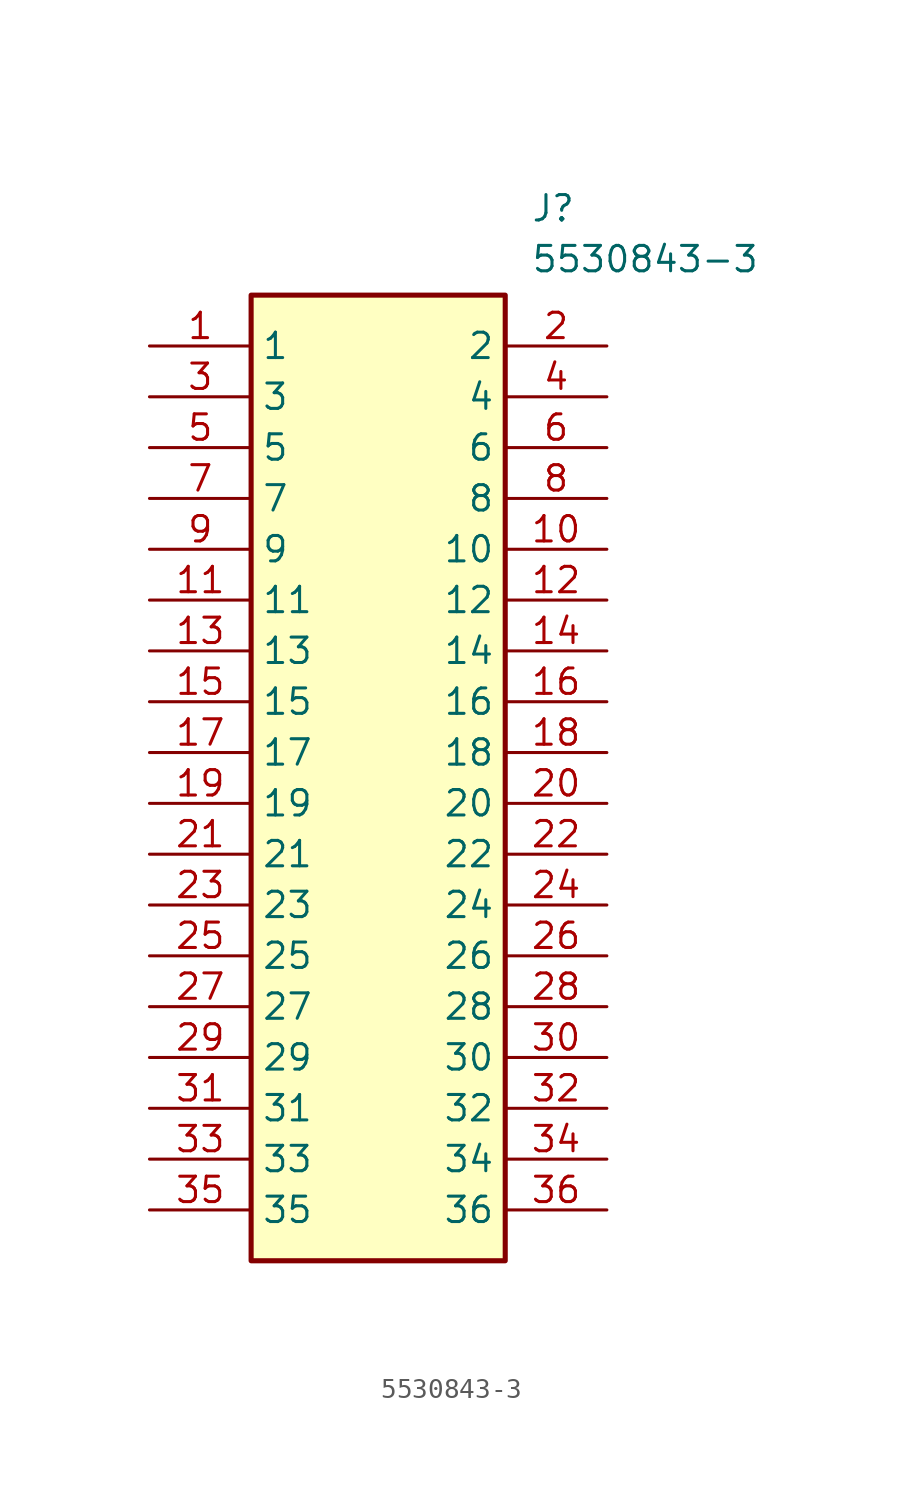
<source format=kicad_sym>
(kicad_symbol_lib
  (version 20211014)
  (generator SamacSys_ECAD_Model)
  (symbol "5530843-3"
    (property "Reference" "J"
      (at 19.05 7.62 0)
      (effects (font (size 1.27 1.27)) (justify left top)))
    (property "Value" "5530843-3"
      (at 19.05 5.08 0)
      (effects (font (size 1.27 1.27)) (justify left top)))
    (rectangle
      (start 5.08 2.54)
      (end 17.78 -45.72)
      (stroke (width 0.254) (type default))
      (fill (type background)))
    (pin passive line
      (at 0 0 0)
      (length 5.08)
      (name "1" (effects (font (size 1.27 1.27))))
      (number "1" (effects (font (size 1.27 1.27)))))
    (pin passive line
      (at 0 -2.54 0)
      (length 5.08)
      (name "3" (effects (font (size 1.27 1.27))))
      (number "3" (effects (font (size 1.27 1.27)))))
    (pin passive line
      (at 0 -5.08 0)
      (length 5.08)
      (name "5" (effects (font (size 1.27 1.27))))
      (number "5" (effects (font (size 1.27 1.27)))))
    (pin passive line
      (at 0 -7.62 0)
      (length 5.08)
      (name "7" (effects (font (size 1.27 1.27))))
      (number "7" (effects (font (size 1.27 1.27)))))
    (pin passive line
      (at 0 -10.16 0)
      (length 5.08)
      (name "9" (effects (font (size 1.27 1.27))))
      (number "9" (effects (font (size 1.27 1.27)))))
    (pin passive line
      (at 0 -12.7 0)
      (length 5.08)
      (name "11" (effects (font (size 1.27 1.27))))
      (number "11" (effects (font (size 1.27 1.27)))))
    (pin passive line
      (at 0 -15.24 0)
      (length 5.08)
      (name "13" (effects (font (size 1.27 1.27))))
      (number "13" (effects (font (size 1.27 1.27)))))
    (pin passive line
      (at 0 -17.78 0)
      (length 5.08)
      (name "15" (effects (font (size 1.27 1.27))))
      (number "15" (effects (font (size 1.27 1.27)))))
    (pin passive line
      (at 0 -20.32 0)
      (length 5.08)
      (name "17" (effects (font (size 1.27 1.27))))
      (number "17" (effects (font (size 1.27 1.27)))))
    (pin passive line
      (at 0 -22.86 0)
      (length 5.08)
      (name "19" (effects (font (size 1.27 1.27))))
      (number "19" (effects (font (size 1.27 1.27)))))
    (pin passive line
      (at 0 -25.4 0)
      (length 5.08)
      (name "21" (effects (font (size 1.27 1.27))))
      (number "21" (effects (font (size 1.27 1.27)))))
    (pin passive line
      (at 0 -27.94 0)
      (length 5.08)
      (name "23" (effects (font (size 1.27 1.27))))
      (number "23" (effects (font (size 1.27 1.27)))))
    (pin passive line
      (at 0 -30.48 0)
      (length 5.08)
      (name "25" (effects (font (size 1.27 1.27))))
      (number "25" (effects (font (size 1.27 1.27)))))
    (pin passive line
      (at 0 -33.02 0)
      (length 5.08)
      (name "27" (effects (font (size 1.27 1.27))))
      (number "27" (effects (font (size 1.27 1.27)))))
    (pin passive line
      (at 0 -35.56 0)
      (length 5.08)
      (name "29" (effects (font (size 1.27 1.27))))
      (number "29" (effects (font (size 1.27 1.27)))))
    (pin passive line
      (at 0 -38.1 0)
      (length 5.08)
      (name "31" (effects (font (size 1.27 1.27))))
      (number "31" (effects (font (size 1.27 1.27)))))
    (pin passive line
      (at 0 -40.64 0)
      (length 5.08)
      (name "33" (effects (font (size 1.27 1.27))))
      (number "33" (effects (font (size 1.27 1.27)))))
    (pin passive line
      (at 0 -43.18 0)
      (length 5.08)
      (name "35" (effects (font (size 1.27 1.27))))
      (number "35" (effects (font (size 1.27 1.27)))))
    (pin passive line
      (at 22.86 0 180)
      (length 5.08)
      (name "2" (effects (font (size 1.27 1.27))))
      (number "2" (effects (font (size 1.27 1.27)))))
    (pin passive line
      (at 22.86 -2.54 180)
      (length 5.08)
      (name "4" (effects (font (size 1.27 1.27))))
      (number "4" (effects (font (size 1.27 1.27)))))
    (pin passive line
      (at 22.86 -5.08 180)
      (length 5.08)
      (name "6" (effects (font (size 1.27 1.27))))
      (number "6" (effects (font (size 1.27 1.27)))))
    (pin passive line
      (at 22.86 -7.62 180)
      (length 5.08)
      (name "8" (effects (font (size 1.27 1.27))))
      (number "8" (effects (font (size 1.27 1.27)))))
    (pin passive line
      (at 22.86 -10.16 180)
      (length 5.08)
      (name "10" (effects (font (size 1.27 1.27))))
      (number "10" (effects (font (size 1.27 1.27)))))
    (pin passive line
      (at 22.86 -12.7 180)
      (length 5.08)
      (name "12" (effects (font (size 1.27 1.27))))
      (number "12" (effects (font (size 1.27 1.27)))))
    (pin passive line
      (at 22.86 -15.24 180)
      (length 5.08)
      (name "14" (effects (font (size 1.27 1.27))))
      (number "14" (effects (font (size 1.27 1.27)))))
    (pin passive line
      (at 22.86 -17.78 180)
      (length 5.08)
      (name "16" (effects (font (size 1.27 1.27))))
      (number "16" (effects (font (size 1.27 1.27)))))
    (pin passive line
      (at 22.86 -20.32 180)
      (length 5.08)
      (name "18" (effects (font (size 1.27 1.27))))
      (number "18" (effects (font (size 1.27 1.27)))))
    (pin passive line
      (at 22.86 -22.86 180)
      (length 5.08)
      (name "20" (effects (font (size 1.27 1.27))))
      (number "20" (effects (font (size 1.27 1.27)))))
    (pin passive line
      (at 22.86 -25.4 180)
      (length 5.08)
      (name "22" (effects (font (size 1.27 1.27))))
      (number "22" (effects (font (size 1.27 1.27)))))
    (pin passive line
      (at 22.86 -27.94 180)
      (length 5.08)
      (name "24" (effects (font (size 1.27 1.27))))
      (number "24" (effects (font (size 1.27 1.27)))))
    (pin passive line
      (at 22.86 -30.48 180)
      (length 5.08)
      (name "26" (effects (font (size 1.27 1.27))))
      (number "26" (effects (font (size 1.27 1.27)))))
    (pin passive line
      (at 22.86 -33.02 180)
      (length 5.08)
      (name "28" (effects (font (size 1.27 1.27))))
      (number "28" (effects (font (size 1.27 1.27)))))
    (pin passive line
      (at 22.86 -35.56 180)
      (length 5.08)
      (name "30" (effects (font (size 1.27 1.27))))
      (number "30" (effects (font (size 1.27 1.27)))))
    (pin passive line
      (at 22.86 -38.1 180)
      (length 5.08)
      (name "32" (effects (font (size 1.27 1.27))))
      (number "32" (effects (font (size 1.27 1.27)))))
    (pin passive line
      (at 22.86 -40.64 180)
      (length 5.08)
      (name "34" (effects (font (size 1.27 1.27))))
      (number "34" (effects (font (size 1.27 1.27)))))
    (pin passive line
      (at 22.86 -43.18 180)
      (length 5.08)
      (name "36" (effects (font (size 1.27 1.27))))
      (number "36" (effects (font (size 1.27 1.27)))))))
</source>
